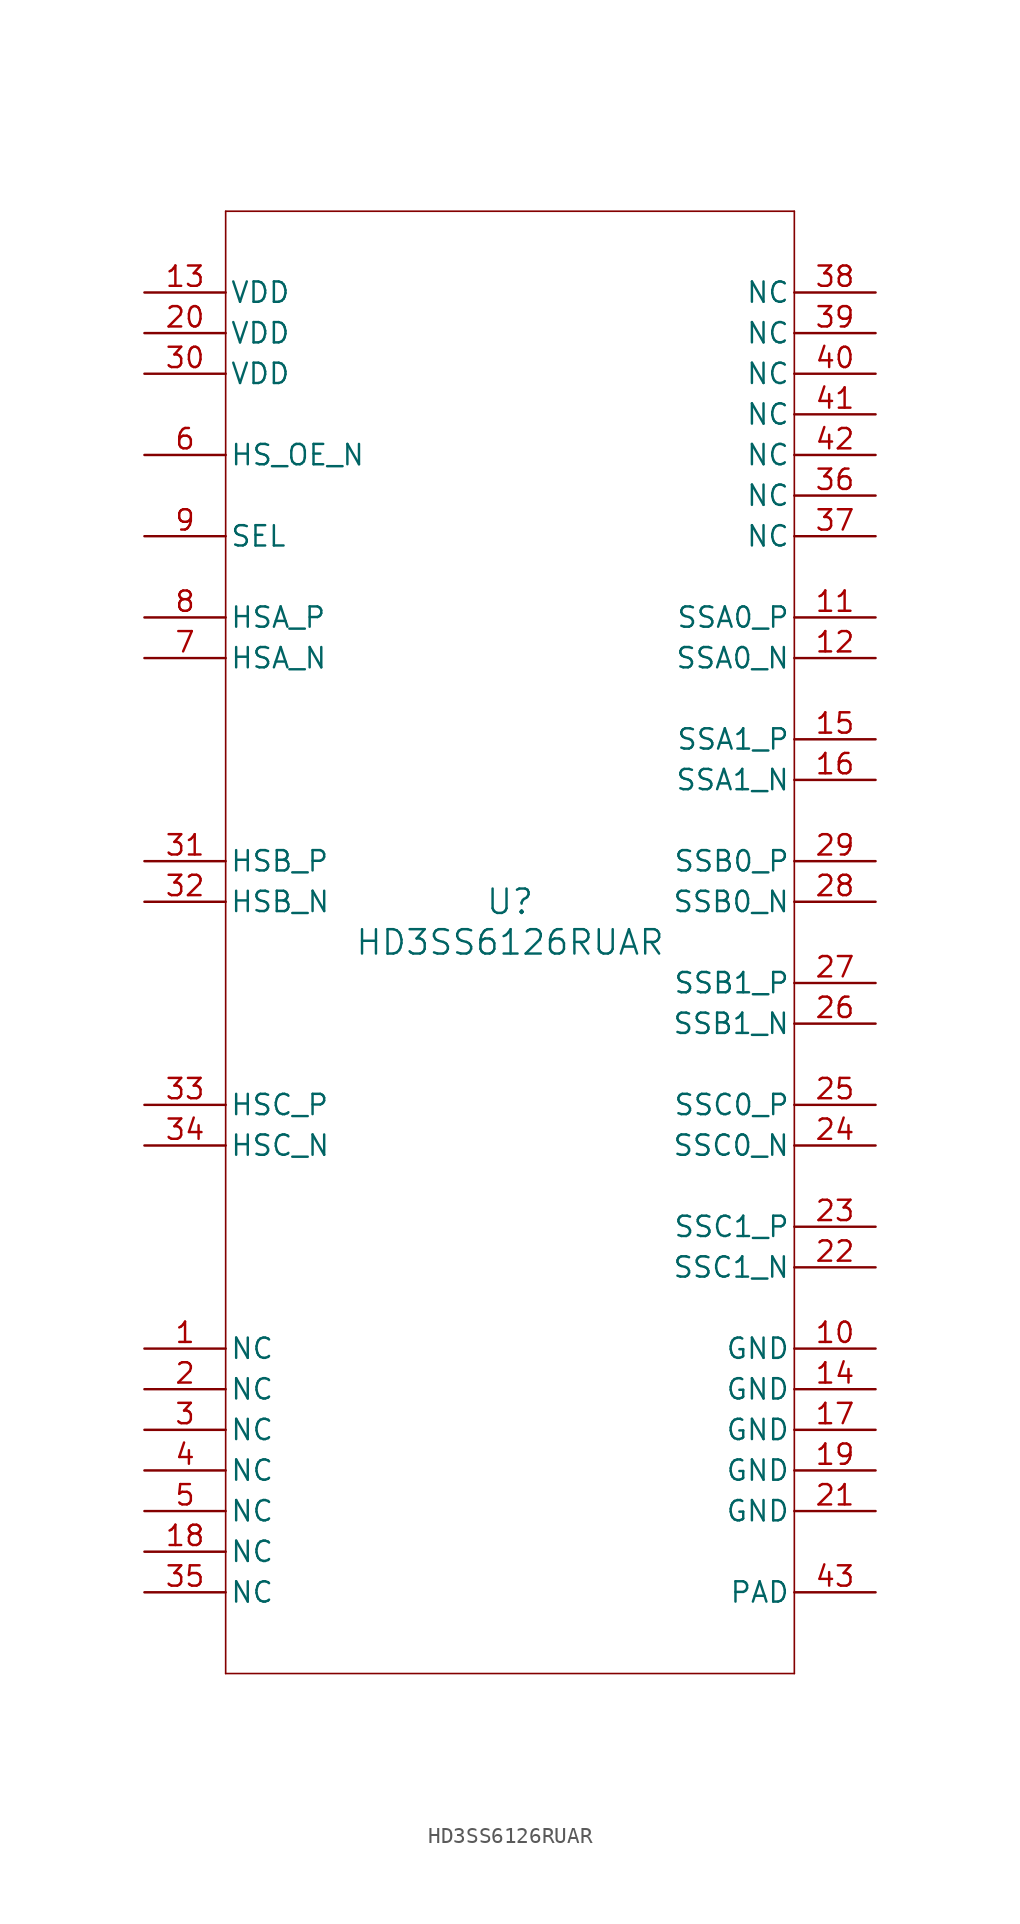
<source format=kicad_sym>
(kicad_symbol_lib
  (version 20211014)
  (generator kicad_symbol_editor)
  (symbol "HD3SS6126RUAR"
    (pin_names
      (offset 0.254))
    (property "Reference" "U"
      (at 0 2.54 0)
      (effects (font (size 1.524 1.524))))
    (property "Value" "HD3SS6126RUAR"
      (at 0 0 0)
      (effects (font (size 1.524 1.524))))
    (symbol "HD3SS6126RUAR_0_1"
      (polyline (pts (xy -17.78 -45.72) (xy 17.78 -45.72)) (stroke (width 0.102) (type default) (color 0 0 0 0)) (fill (type none)))
      (polyline (pts (xy 17.78 -45.72) (xy 17.78 45.72)) (stroke (width 0.102) (type default) (color 0 0 0 0)) (fill (type none)))
      (polyline (pts (xy 17.78 45.72) (xy -17.78 45.72)) (stroke (width 0.102) (type default) (color 0 0 0 0)) (fill (type none)))
      (polyline (pts (xy -17.78 45.72) (xy -17.78 -45.72)) (stroke (width 0.102) (type default) (color 0 0 0 0)) (fill (type none)))
      (pin unspecified line (at -22.86 -25.4 0) (length 5.08) (name "NC" (effects (font (size 1.27 1.27)))) (number "1" (effects (font (size 1.27 1.27)))))
      (pin unspecified line (at -22.86 -27.94 0) (length 5.08) (name "NC" (effects (font (size 1.27 1.27)))) (number "2" (effects (font (size 1.27 1.27)))))
      (pin unspecified line (at -22.86 -30.48 0) (length 5.08) (name "NC" (effects (font (size 1.27 1.27)))) (number "3" (effects (font (size 1.27 1.27)))))
      (pin unspecified line (at -22.86 -33.02 0) (length 5.08) (name "NC" (effects (font (size 1.27 1.27)))) (number "4" (effects (font (size 1.27 1.27)))))
      (pin unspecified line (at -22.86 -35.56 0) (length 5.08) (name "NC" (effects (font (size 1.27 1.27)))) (number "5" (effects (font (size 1.27 1.27)))))
      (pin input line (at -22.86 30.48 0) (length 5.08) (name "HS_OE_N" (effects (font (size 1.27 1.27)))) (number "6" (effects (font (size 1.27 1.27)))))
      (pin bidirectional line (at -22.86 17.78 0) (length 5.08) (name "HSA_N" (effects (font (size 1.27 1.27)))) (number "7" (effects (font (size 1.27 1.27)))))
      (pin bidirectional line (at -22.86 20.32 0) (length 5.08) (name "HSA_P" (effects (font (size 1.27 1.27)))) (number "8" (effects (font (size 1.27 1.27)))))
      (pin input line (at -22.86 25.4 0) (length 5.08) (name "SEL" (effects (font (size 1.27 1.27)))) (number "9" (effects (font (size 1.27 1.27)))))
      (pin power_in line (at 22.86 -25.4 180) (length 5.08) (name "GND" (effects (font (size 1.27 1.27)))) (number "10" (effects (font (size 1.27 1.27)))))
      (pin bidirectional line (at 22.86 20.32 180) (length 5.08) (name "SSA0_P" (effects (font (size 1.27 1.27)))) (number "11" (effects (font (size 1.27 1.27)))))
      (pin bidirectional line (at 22.86 17.78 180) (length 5.08) (name "SSA0_N" (effects (font (size 1.27 1.27)))) (number "12" (effects (font (size 1.27 1.27)))))
      (pin power_in line (at -22.86 40.64 0) (length 5.08) (name "VDD" (effects (font (size 1.27 1.27)))) (number "13" (effects (font (size 1.27 1.27)))))
      (pin power_in line (at 22.86 -27.94 180) (length 5.08) (name "GND" (effects (font (size 1.27 1.27)))) (number "14" (effects (font (size 1.27 1.27)))))
      (pin bidirectional line (at 22.86 12.7 180) (length 5.08) (name "SSA1_P" (effects (font (size 1.27 1.27)))) (number "15" (effects (font (size 1.27 1.27)))))
      (pin bidirectional line (at 22.86 10.16 180) (length 5.08) (name "SSA1_N" (effects (font (size 1.27 1.27)))) (number "16" (effects (font (size 1.27 1.27)))))
      (pin power_in line (at 22.86 -30.48 180) (length 5.08) (name "GND" (effects (font (size 1.27 1.27)))) (number "17" (effects (font (size 1.27 1.27)))))
      (pin unspecified line (at -22.86 -38.1 0) (length 5.08) (name "NC" (effects (font (size 1.27 1.27)))) (number "18" (effects (font (size 1.27 1.27)))))
      (pin power_in line (at 22.86 -33.02 180) (length 5.08) (name "GND" (effects (font (size 1.27 1.27)))) (number "19" (effects (font (size 1.27 1.27)))))
      (pin power_in line (at -22.86 38.1 0) (length 5.08) (name "VDD" (effects (font (size 1.27 1.27)))) (number "20" (effects (font (size 1.27 1.27)))))
      (pin power_in line (at 22.86 -35.56 180) (length 5.08) (name "GND" (effects (font (size 1.27 1.27)))) (number "21" (effects (font (size 1.27 1.27)))))
      (pin bidirectional line (at 22.86 -20.32 180) (length 5.08) (name "SSC1_N" (effects (font (size 1.27 1.27)))) (number "22" (effects (font (size 1.27 1.27)))))
      (pin bidirectional line (at 22.86 -17.78 180) (length 5.08) (name "SSC1_P" (effects (font (size 1.27 1.27)))) (number "23" (effects (font (size 1.27 1.27)))))
      (pin bidirectional line (at 22.86 -12.7 180) (length 5.08) (name "SSC0_N" (effects (font (size 1.27 1.27)))) (number "24" (effects (font (size 1.27 1.27)))))
      (pin bidirectional line (at 22.86 -10.16 180) (length 5.08) (name "SSC0_P" (effects (font (size 1.27 1.27)))) (number "25" (effects (font (size 1.27 1.27)))))
      (pin bidirectional line (at 22.86 -5.08 180) (length 5.08) (name "SSB1_N" (effects (font (size 1.27 1.27)))) (number "26" (effects (font (size 1.27 1.27)))))
      (pin bidirectional line (at 22.86 -2.54 180) (length 5.08) (name "SSB1_P" (effects (font (size 1.27 1.27)))) (number "27" (effects (font (size 1.27 1.27)))))
      (pin bidirectional line (at 22.86 2.54 180) (length 5.08) (name "SSB0_N" (effects (font (size 1.27 1.27)))) (number "28" (effects (font (size 1.27 1.27)))))
      (pin bidirectional line (at 22.86 5.08 180) (length 5.08) (name "SSB0_P" (effects (font (size 1.27 1.27)))) (number "29" (effects (font (size 1.27 1.27)))))
      (pin power_in line (at -22.86 35.56 0) (length 5.08) (name "VDD" (effects (font (size 1.27 1.27)))) (number "30" (effects (font (size 1.27 1.27)))))
      (pin bidirectional line (at -22.86 5.08 0) (length 5.08) (name "HSB_P" (effects (font (size 1.27 1.27)))) (number "31" (effects (font (size 1.27 1.27)))))
      (pin bidirectional line (at -22.86 2.54 0) (length 5.08) (name "HSB_N" (effects (font (size 1.27 1.27)))) (number "32" (effects (font (size 1.27 1.27)))))
      (pin bidirectional line (at -22.86 -10.16 0) (length 5.08) (name "HSC_P" (effects (font (size 1.27 1.27)))) (number "33" (effects (font (size 1.27 1.27)))))
      (pin bidirectional line (at -22.86 -12.7 0) (length 5.08) (name "HSC_N" (effects (font (size 1.27 1.27)))) (number "34" (effects (font (size 1.27 1.27)))))
      (pin unspecified line (at -22.86 -40.64 0) (length 5.08) (name "NC" (effects (font (size 1.27 1.27)))) (number "35" (effects (font (size 1.27 1.27)))))
      (pin unspecified line (at 22.86 27.94 180) (length 5.08) (name "NC" (effects (font (size 1.27 1.27)))) (number "36" (effects (font (size 1.27 1.27)))))
      (pin unspecified line (at 22.86 25.4 180) (length 5.08) (name "NC" (effects (font (size 1.27 1.27)))) (number "37" (effects (font (size 1.27 1.27)))))
      (pin unspecified line (at 22.86 40.64 180) (length 5.08) (name "NC" (effects (font (size 1.27 1.27)))) (number "38" (effects (font (size 1.27 1.27)))))
      (pin unspecified line (at 22.86 38.1 180) (length 5.08) (name "NC" (effects (font (size 1.27 1.27)))) (number "39" (effects (font (size 1.27 1.27)))))
      (pin unspecified line (at 22.86 35.56 180) (length 5.08) (name "NC" (effects (font (size 1.27 1.27)))) (number "40" (effects (font (size 1.27 1.27)))))
      (pin unspecified line (at 22.86 33.02 180) (length 5.08) (name "NC" (effects (font (size 1.27 1.27)))) (number "41" (effects (font (size 1.27 1.27)))))
      (pin unspecified line (at 22.86 30.48 180) (length 5.08) (name "NC" (effects (font (size 1.27 1.27)))) (number "42" (effects (font (size 1.27 1.27)))))
      (pin power_in line (at 22.86 -40.64 180) (length 5.08) (name "PAD" (effects (font (size 1.27 1.27)))) (number "43" (effects (font (size 1.27 1.27))))))))
</source>
